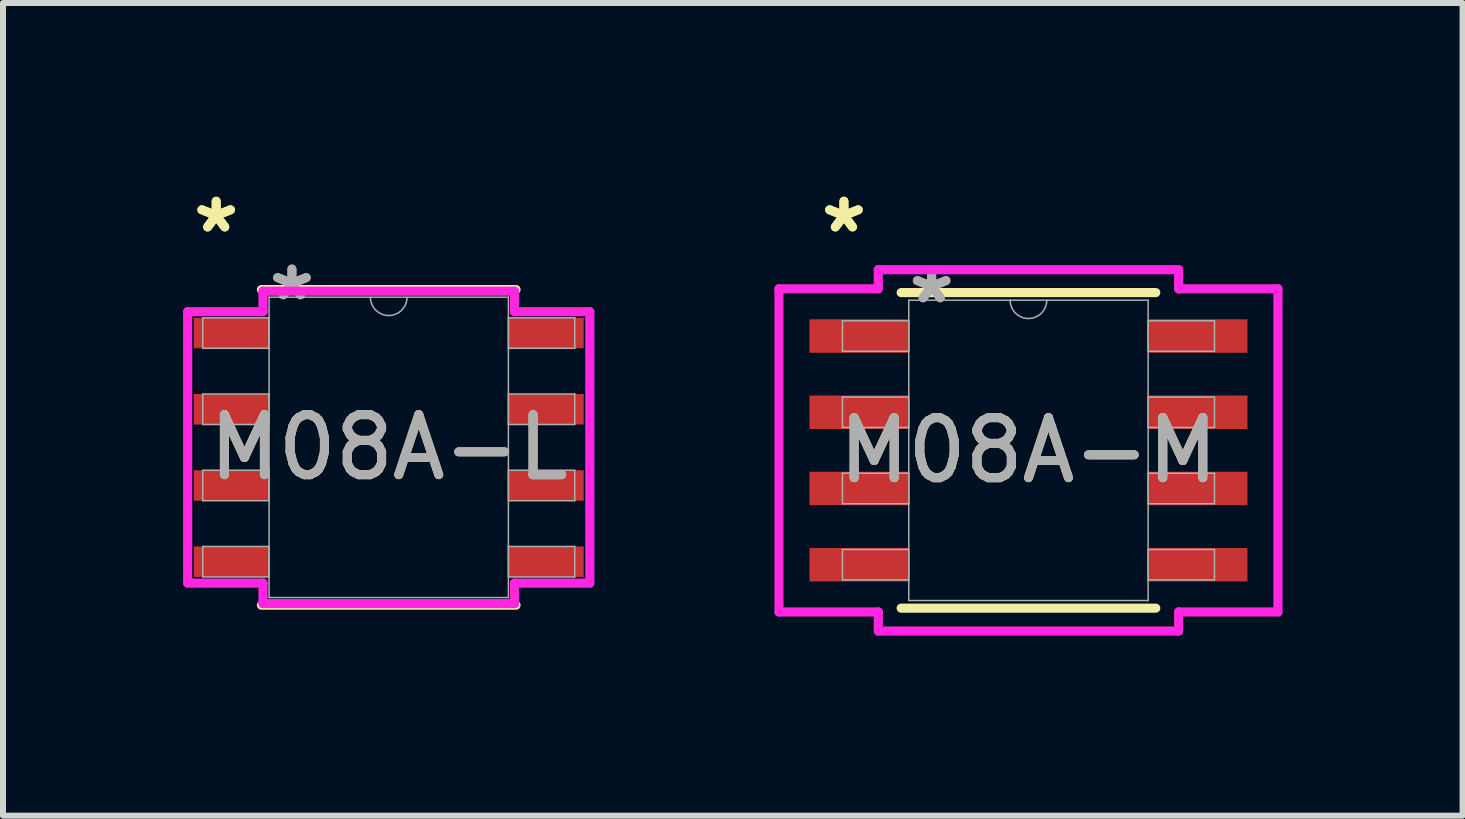
<source format=kicad_pcb>
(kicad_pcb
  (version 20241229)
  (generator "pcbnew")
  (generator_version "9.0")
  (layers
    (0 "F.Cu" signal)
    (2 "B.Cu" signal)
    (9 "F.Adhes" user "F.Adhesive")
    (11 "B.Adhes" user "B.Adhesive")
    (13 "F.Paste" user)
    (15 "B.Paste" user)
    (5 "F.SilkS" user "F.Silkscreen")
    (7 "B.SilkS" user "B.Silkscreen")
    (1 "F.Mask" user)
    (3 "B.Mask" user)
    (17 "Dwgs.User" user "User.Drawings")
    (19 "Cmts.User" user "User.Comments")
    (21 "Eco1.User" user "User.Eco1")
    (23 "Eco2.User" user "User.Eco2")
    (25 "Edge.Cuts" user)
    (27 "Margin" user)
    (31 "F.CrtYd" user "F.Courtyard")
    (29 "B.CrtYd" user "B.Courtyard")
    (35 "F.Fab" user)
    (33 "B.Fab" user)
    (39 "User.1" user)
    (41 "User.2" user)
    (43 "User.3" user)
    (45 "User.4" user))
  (footprint "M08A-L"
    (layer "F.Cu")
    (at 3.427 4.404)
    (property "Reference" "M08A-L" (at 0 0 0) (unlocked yes) (layer "F.SilkS") (effects (font (size 1 1) (thickness 0.15))))
    (attr smd)
    (fp_line (start -2.121 2.629) (end 2.121 2.629) (stroke (width 0.152) (type solid)) (layer "F.SilkS"))
    (fp_line (start 2.121 -2.629) (end -2.121 -2.629) (stroke (width 0.152) (type solid)) (layer "F.SilkS"))
    (fp_line (start -3.35 -2.261) (end -2.095 -2.261) (stroke (width 0.152) (type solid)) (layer "F.CrtYd"))
    (fp_line (start -3.35 2.261) (end -3.35 -2.261) (stroke (width 0.152) (type solid)) (layer "F.CrtYd"))
    (fp_line (start -3.35 2.261) (end -2.095 2.261) (stroke (width 0.152) (type solid)) (layer "F.CrtYd"))
    (fp_line (start -2.095 -2.603) (end 2.095 -2.603) (stroke (width 0.152) (type solid)) (layer "F.CrtYd"))
    (fp_line (start -2.095 -2.261) (end -2.095 -2.603) (stroke (width 0.152) (type solid)) (layer "F.CrtYd"))
    (fp_line (start -2.095 2.603) (end -2.095 2.261) (stroke (width 0.152) (type solid)) (layer "F.CrtYd"))
    (fp_line (start 2.095 -2.603) (end 2.095 -2.261) (stroke (width 0.152) (type solid)) (layer "F.CrtYd"))
    (fp_line (start 2.095 2.261) (end 2.095 2.603) (stroke (width 0.152) (type solid)) (layer "F.CrtYd"))
    (fp_line (start 2.095 2.603) (end -2.095 2.603) (stroke (width 0.152) (type solid)) (layer "F.CrtYd"))
    (fp_line (start 3.35 -2.261) (end 2.095 -2.261) (stroke (width 0.152) (type solid)) (layer "F.CrtYd"))
    (fp_line (start 3.35 -2.261) (end 3.35 2.261) (stroke (width 0.152) (type solid)) (layer "F.CrtYd"))
    (fp_line (start 3.35 2.261) (end 2.095 2.261) (stroke (width 0.152) (type solid)) (layer "F.CrtYd"))
    (fp_line (start -3.099 -2.159) (end -3.099 -1.651) (stroke (width 0.025) (type solid)) (layer "F.Fab"))
    (fp_line (start -3.099 -1.651) (end -1.994 -1.651) (stroke (width 0.025) (type solid)) (layer "F.Fab"))
    (fp_line (start -3.099 -0.889) (end -3.099 -0.381) (stroke (width 0.025) (type solid)) (layer "F.Fab"))
    (fp_line (start -3.099 -0.381) (end -1.994 -0.381) (stroke (width 0.025) (type solid)) (layer "F.Fab"))
    (fp_line (start -3.099 0.381) (end -3.099 0.889) (stroke (width 0.025) (type solid)) (layer "F.Fab"))
    (fp_line (start -3.099 0.889) (end -1.994 0.889) (stroke (width 0.025) (type solid)) (layer "F.Fab"))
    (fp_line (start -3.099 1.651) (end -3.099 2.159) (stroke (width 0.025) (type solid)) (layer "F.Fab"))
    (fp_line (start -3.099 2.159) (end -1.994 2.159) (stroke (width 0.025) (type solid)) (layer "F.Fab"))
    (fp_line (start -1.994 -2.502) (end -1.994 2.502) (stroke (width 0.025) (type solid)) (layer "F.Fab"))
    (fp_line (start -1.994 -2.159) (end -3.099 -2.159) (stroke (width 0.025) (type solid)) (layer "F.Fab"))
    (fp_line (start -1.994 -1.651) (end -1.994 -2.159) (stroke (width 0.025) (type solid)) (layer "F.Fab"))
    (fp_line (start -1.994 -0.889) (end -3.099 -0.889) (stroke (width 0.025) (type solid)) (layer "F.Fab"))
    (fp_line (start -1.994 -0.381) (end -1.994 -0.889) (stroke (width 0.025) (type solid)) (layer "F.Fab"))
    (fp_line (start -1.994 0.381) (end -3.099 0.381) (stroke (width 0.025) (type solid)) (layer "F.Fab"))
    (fp_line (start -1.994 0.889) (end -1.994 0.381) (stroke (width 0.025) (type solid)) (layer "F.Fab"))
    (fp_line (start -1.994 1.651) (end -3.099 1.651) (stroke (width 0.025) (type solid)) (layer "F.Fab"))
    (fp_line (start -1.994 2.159) (end -1.994 1.651) (stroke (width 0.025) (type solid)) (layer "F.Fab"))
    (fp_line (start -1.994 2.502) (end 1.994 2.502) (stroke (width 0.025) (type solid)) (layer "F.Fab"))
    (fp_line (start 1.994 -2.502) (end -1.994 -2.502) (stroke (width 0.025) (type solid)) (layer "F.Fab"))
    (fp_line (start 1.994 -2.159) (end 1.994 -1.651) (stroke (width 0.025) (type solid)) (layer "F.Fab"))
    (fp_line (start 1.994 -1.651) (end 3.099 -1.651) (stroke (width 0.025) (type solid)) (layer "F.Fab"))
    (fp_line (start 1.994 -0.889) (end 1.994 -0.381) (stroke (width 0.025) (type solid)) (layer "F.Fab"))
    (fp_line (start 1.994 -0.381) (end 3.099 -0.381) (stroke (width 0.025) (type solid)) (layer "F.Fab"))
    (fp_line (start 1.994 0.381) (end 1.994 0.889) (stroke (width 0.025) (type solid)) (layer "F.Fab"))
    (fp_line (start 1.994 0.889) (end 3.099 0.889) (stroke (width 0.025) (type solid)) (layer "F.Fab"))
    (fp_line (start 1.994 1.651) (end 1.994 2.159) (stroke (width 0.025) (type solid)) (layer "F.Fab"))
    (fp_line (start 1.994 2.159) (end 3.099 2.159) (stroke (width 0.025) (type solid)) (layer "F.Fab"))
    (fp_line (start 1.994 2.502) (end 1.994 -2.502) (stroke (width 0.025) (type solid)) (layer "F.Fab"))
    (fp_line (start 3.099 -2.159) (end 1.994 -2.159) (stroke (width 0.025) (type solid)) (layer "F.Fab"))
    (fp_line (start 3.099 -1.651) (end 3.099 -2.159) (stroke (width 0.025) (type solid)) (layer "F.Fab"))
    (fp_line (start 3.099 -0.889) (end 1.994 -0.889) (stroke (width 0.025) (type solid)) (layer "F.Fab"))
    (fp_line (start 3.099 -0.381) (end 3.099 -0.889) (stroke (width 0.025) (type solid)) (layer "F.Fab"))
    (fp_line (start 3.099 0.381) (end 1.994 0.381) (stroke (width 0.025) (type solid)) (layer "F.Fab"))
    (fp_line (start 3.099 0.889) (end 3.099 0.381) (stroke (width 0.025) (type solid)) (layer "F.Fab"))
    (fp_line (start 3.099 1.651) (end 1.994 1.651) (stroke (width 0.025) (type solid)) (layer "F.Fab"))
    (fp_line (start 3.099 2.159) (end 3.099 1.651) (stroke (width 0.025) (type solid)) (layer "F.Fab"))
    (fp_arc (start 0.3048 -2.5019) (mid 0 -2.1971) (end -0.3048 -2.5019) (stroke (width 0.0254) (type solid)) (layer "F.Fab"))
    (fp_text user "*" (at -2.875 -3.556 0) (unlocked yes) (layer "F.SilkS") (effects (font (size 1 1) (thickness 0.15))))
    (fp_text user "*" (at -2.875 -3.556 0) (layer "F.SilkS") (effects (font (size 1 1) (thickness 0.15))))
    (fp_text user "*" (at -1.613 -2.426 0) (unlocked yes) (layer "F.Fab") (effects (font (size 1 1) (thickness 0.15))))
    (fp_text user "${REFERENCE}" (at 0 0 0) (unlocked yes) (layer "F.Fab") (effects (font (size 1 1) (thickness 0.15))))
    (fp_text user "*" (at -1.613 -2.426 0) (layer "F.Fab") (effects (font (size 1 1) (thickness 0.15))))
    (pad "1" smd rect (at -2.621 -1.905) (size 1.255 0.508) (layers "F.Cu" "F.Mask" "F.Paste"))
    (pad "2" smd rect (at -2.621 -0.635) (size 1.255 0.508) (layers "F.Cu" "F.Mask" "F.Paste"))
    (pad "3" smd rect (at -2.621 0.635) (size 1.255 0.508) (layers "F.Cu" "F.Mask" "F.Paste"))
    (pad "4" smd rect (at -2.621 1.905) (size 1.255 0.508) (layers "F.Cu" "F.Mask" "F.Paste"))
    (pad "5" smd rect (at 2.621 1.905) (size 1.255 0.508) (layers "F.Cu" "F.Mask" "F.Paste"))
    (pad "6" smd rect (at 2.621 0.635) (size 1.255 0.508) (layers "F.Cu" "F.Mask" "F.Paste"))
    (pad "7" smd rect (at 2.621 -0.635) (size 1.255 0.508) (layers "F.Cu" "F.Mask" "F.Paste"))
    (pad "8" smd rect (at 2.621 -1.905) (size 1.255 0.508) (layers "F.Cu" "F.Mask" "F.Paste")))
  (footprint "M08A-M"
    (layer "F.Cu")
    (at 14.086 4.454)
    (property "Reference" "M08A-M" (at 0 0 0) (unlocked yes) (layer "F.SilkS") (effects (font (size 1 1) (thickness 0.15))))
    (attr smd)
    (fp_line (start -2.121 2.629) (end 2.121 2.629) (stroke (width 0.152) (type solid)) (layer "F.SilkS"))
    (fp_line (start 2.121 -2.629) (end -2.121 -2.629) (stroke (width 0.152) (type solid)) (layer "F.SilkS"))
    (fp_line (start -4.157 -2.692) (end -2.502 -2.692) (stroke (width 0.152) (type solid)) (layer "F.CrtYd"))
    (fp_line (start -4.157 2.692) (end -4.157 -2.692) (stroke (width 0.152) (type solid)) (layer "F.CrtYd"))
    (fp_line (start -4.157 2.692) (end -2.502 2.692) (stroke (width 0.152) (type solid)) (layer "F.CrtYd"))
    (fp_line (start -2.502 -3.01) (end 2.502 -3.01) (stroke (width 0.152) (type solid)) (layer "F.CrtYd"))
    (fp_line (start -2.502 -2.692) (end -2.502 -3.01) (stroke (width 0.152) (type solid)) (layer "F.CrtYd"))
    (fp_line (start -2.502 3.01) (end -2.502 2.692) (stroke (width 0.152) (type solid)) (layer "F.CrtYd"))
    (fp_line (start 2.502 -3.01) (end 2.502 -2.692) (stroke (width 0.152) (type solid)) (layer "F.CrtYd"))
    (fp_line (start 2.502 2.692) (end 2.502 3.01) (stroke (width 0.152) (type solid)) (layer "F.CrtYd"))
    (fp_line (start 2.502 3.01) (end -2.502 3.01) (stroke (width 0.152) (type solid)) (layer "F.CrtYd"))
    (fp_line (start 4.157 -2.692) (end 2.502 -2.692) (stroke (width 0.152) (type solid)) (layer "F.CrtYd"))
    (fp_line (start 4.157 -2.692) (end 4.157 2.692) (stroke (width 0.152) (type solid)) (layer "F.CrtYd"))
    (fp_line (start 4.157 2.692) (end 2.502 2.692) (stroke (width 0.152) (type solid)) (layer "F.CrtYd"))
    (fp_line (start -3.099 -2.159) (end -3.099 -1.651) (stroke (width 0.025) (type solid)) (layer "F.Fab"))
    (fp_line (start -3.099 -1.651) (end -1.994 -1.651) (stroke (width 0.025) (type solid)) (layer "F.Fab"))
    (fp_line (start -3.099 -0.889) (end -3.099 -0.381) (stroke (width 0.025) (type solid)) (layer "F.Fab"))
    (fp_line (start -3.099 -0.381) (end -1.994 -0.381) (stroke (width 0.025) (type solid)) (layer "F.Fab"))
    (fp_line (start -3.099 0.381) (end -3.099 0.889) (stroke (width 0.025) (type solid)) (layer "F.Fab"))
    (fp_line (start -3.099 0.889) (end -1.994 0.889) (stroke (width 0.025) (type solid)) (layer "F.Fab"))
    (fp_line (start -3.099 1.651) (end -3.099 2.159) (stroke (width 0.025) (type solid)) (layer "F.Fab"))
    (fp_line (start -3.099 2.159) (end -1.994 2.159) (stroke (width 0.025) (type solid)) (layer "F.Fab"))
    (fp_line (start -1.994 -2.502) (end -1.994 2.502) (stroke (width 0.025) (type solid)) (layer "F.Fab"))
    (fp_line (start -1.994 -2.159) (end -3.099 -2.159) (stroke (width 0.025) (type solid)) (layer "F.Fab"))
    (fp_line (start -1.994 -1.651) (end -1.994 -2.159) (stroke (width 0.025) (type solid)) (layer "F.Fab"))
    (fp_line (start -1.994 -0.889) (end -3.099 -0.889) (stroke (width 0.025) (type solid)) (layer "F.Fab"))
    (fp_line (start -1.994 -0.381) (end -1.994 -0.889) (stroke (width 0.025) (type solid)) (layer "F.Fab"))
    (fp_line (start -1.994 0.381) (end -3.099 0.381) (stroke (width 0.025) (type solid)) (layer "F.Fab"))
    (fp_line (start -1.994 0.889) (end -1.994 0.381) (stroke (width 0.025) (type solid)) (layer "F.Fab"))
    (fp_line (start -1.994 1.651) (end -3.099 1.651) (stroke (width 0.025) (type solid)) (layer "F.Fab"))
    (fp_line (start -1.994 2.159) (end -1.994 1.651) (stroke (width 0.025) (type solid)) (layer "F.Fab"))
    (fp_line (start -1.994 2.502) (end 1.994 2.502) (stroke (width 0.025) (type solid)) (layer "F.Fab"))
    (fp_line (start 1.994 -2.502) (end -1.994 -2.502) (stroke (width 0.025) (type solid)) (layer "F.Fab"))
    (fp_line (start 1.994 -2.159) (end 1.994 -1.651) (stroke (width 0.025) (type solid)) (layer "F.Fab"))
    (fp_line (start 1.994 -1.651) (end 3.099 -1.651) (stroke (width 0.025) (type solid)) (layer "F.Fab"))
    (fp_line (start 1.994 -0.889) (end 1.994 -0.381) (stroke (width 0.025) (type solid)) (layer "F.Fab"))
    (fp_line (start 1.994 -0.381) (end 3.099 -0.381) (stroke (width 0.025) (type solid)) (layer "F.Fab"))
    (fp_line (start 1.994 0.381) (end 1.994 0.889) (stroke (width 0.025) (type solid)) (layer "F.Fab"))
    (fp_line (start 1.994 0.889) (end 3.099 0.889) (stroke (width 0.025) (type solid)) (layer "F.Fab"))
    (fp_line (start 1.994 1.651) (end 1.994 2.159) (stroke (width 0.025) (type solid)) (layer "F.Fab"))
    (fp_line (start 1.994 2.159) (end 3.099 2.159) (stroke (width 0.025) (type solid)) (layer "F.Fab"))
    (fp_line (start 1.994 2.502) (end 1.994 -2.502) (stroke (width 0.025) (type solid)) (layer "F.Fab"))
    (fp_line (start 3.099 -2.159) (end 1.994 -2.159) (stroke (width 0.025) (type solid)) (layer "F.Fab"))
    (fp_line (start 3.099 -1.651) (end 3.099 -2.159) (stroke (width 0.025) (type solid)) (layer "F.Fab"))
    (fp_line (start 3.099 -0.889) (end 1.994 -0.889) (stroke (width 0.025) (type solid)) (layer "F.Fab"))
    (fp_line (start 3.099 -0.381) (end 3.099 -0.889) (stroke (width 0.025) (type solid)) (layer "F.Fab"))
    (fp_line (start 3.099 0.381) (end 1.994 0.381) (stroke (width 0.025) (type solid)) (layer "F.Fab"))
    (fp_line (start 3.099 0.889) (end 3.099 0.381) (stroke (width 0.025) (type solid)) (layer "F.Fab"))
    (fp_line (start 3.099 1.651) (end 1.994 1.651) (stroke (width 0.025) (type solid)) (layer "F.Fab"))
    (fp_line (start 3.099 2.159) (end 3.099 1.651) (stroke (width 0.025) (type solid)) (layer "F.Fab"))
    (fp_arc (start 0.3048 -2.5019) (mid 0 -2.1971) (end -0.3048 -2.5019) (stroke (width 0.0254) (type solid)) (layer "F.Fab"))
    (fp_text user "*" (at -3.075 -3.606 0) (layer "F.SilkS") (effects (font (size 1 1) (thickness 0.15))))
    (fp_text user "*" (at -3.075 -3.606 0) (unlocked yes) (layer "F.SilkS") (effects (font (size 1 1) (thickness 0.15))))
    (fp_text user "*" (at -1.613 -2.426 0) (layer "F.Fab") (effects (font (size 1 1) (thickness 0.15))))
    (fp_text user "${REFERENCE}" (at 0 0 0) (unlocked yes) (layer "F.Fab") (effects (font (size 1 1) (thickness 0.15))))
    (fp_text user "*" (at -1.613 -2.426 0) (unlocked yes) (layer "F.Fab") (effects (font (size 1 1) (thickness 0.15))))
    (pad "1" smd rect (at -2.821 -1.905) (size 1.655 0.558) (layers "F.Cu" "F.Mask" "F.Paste"))
    (pad "2" smd rect (at -2.821 -0.635) (size 1.655 0.558) (layers "F.Cu" "F.Mask" "F.Paste"))
    (pad "3" smd rect (at -2.821 0.635) (size 1.655 0.558) (layers "F.Cu" "F.Mask" "F.Paste"))
    (pad "4" smd rect (at -2.821 1.905) (size 1.655 0.558) (layers "F.Cu" "F.Mask" "F.Paste"))
    (pad "5" smd rect (at 2.821 1.905) (size 1.655 0.558) (layers "F.Cu" "F.Mask" "F.Paste"))
    (pad "6" smd rect (at 2.821 0.635) (size 1.655 0.558) (layers "F.Cu" "F.Mask" "F.Paste"))
    (pad "7" smd rect (at 2.821 -0.635) (size 1.655 0.558) (layers "F.Cu" "F.Mask" "F.Paste"))
    (pad "8" smd rect (at 2.821 -1.905) (size 1.655 0.558) (layers "F.Cu" "F.Mask" "F.Paste")))
  (gr_rect
    (start -3 -3)
    (end 21.319 10.54)
    (stroke (width 0.1) (type default))
    (fill no)
    (layer "Edge.Cuts")))
</source>
